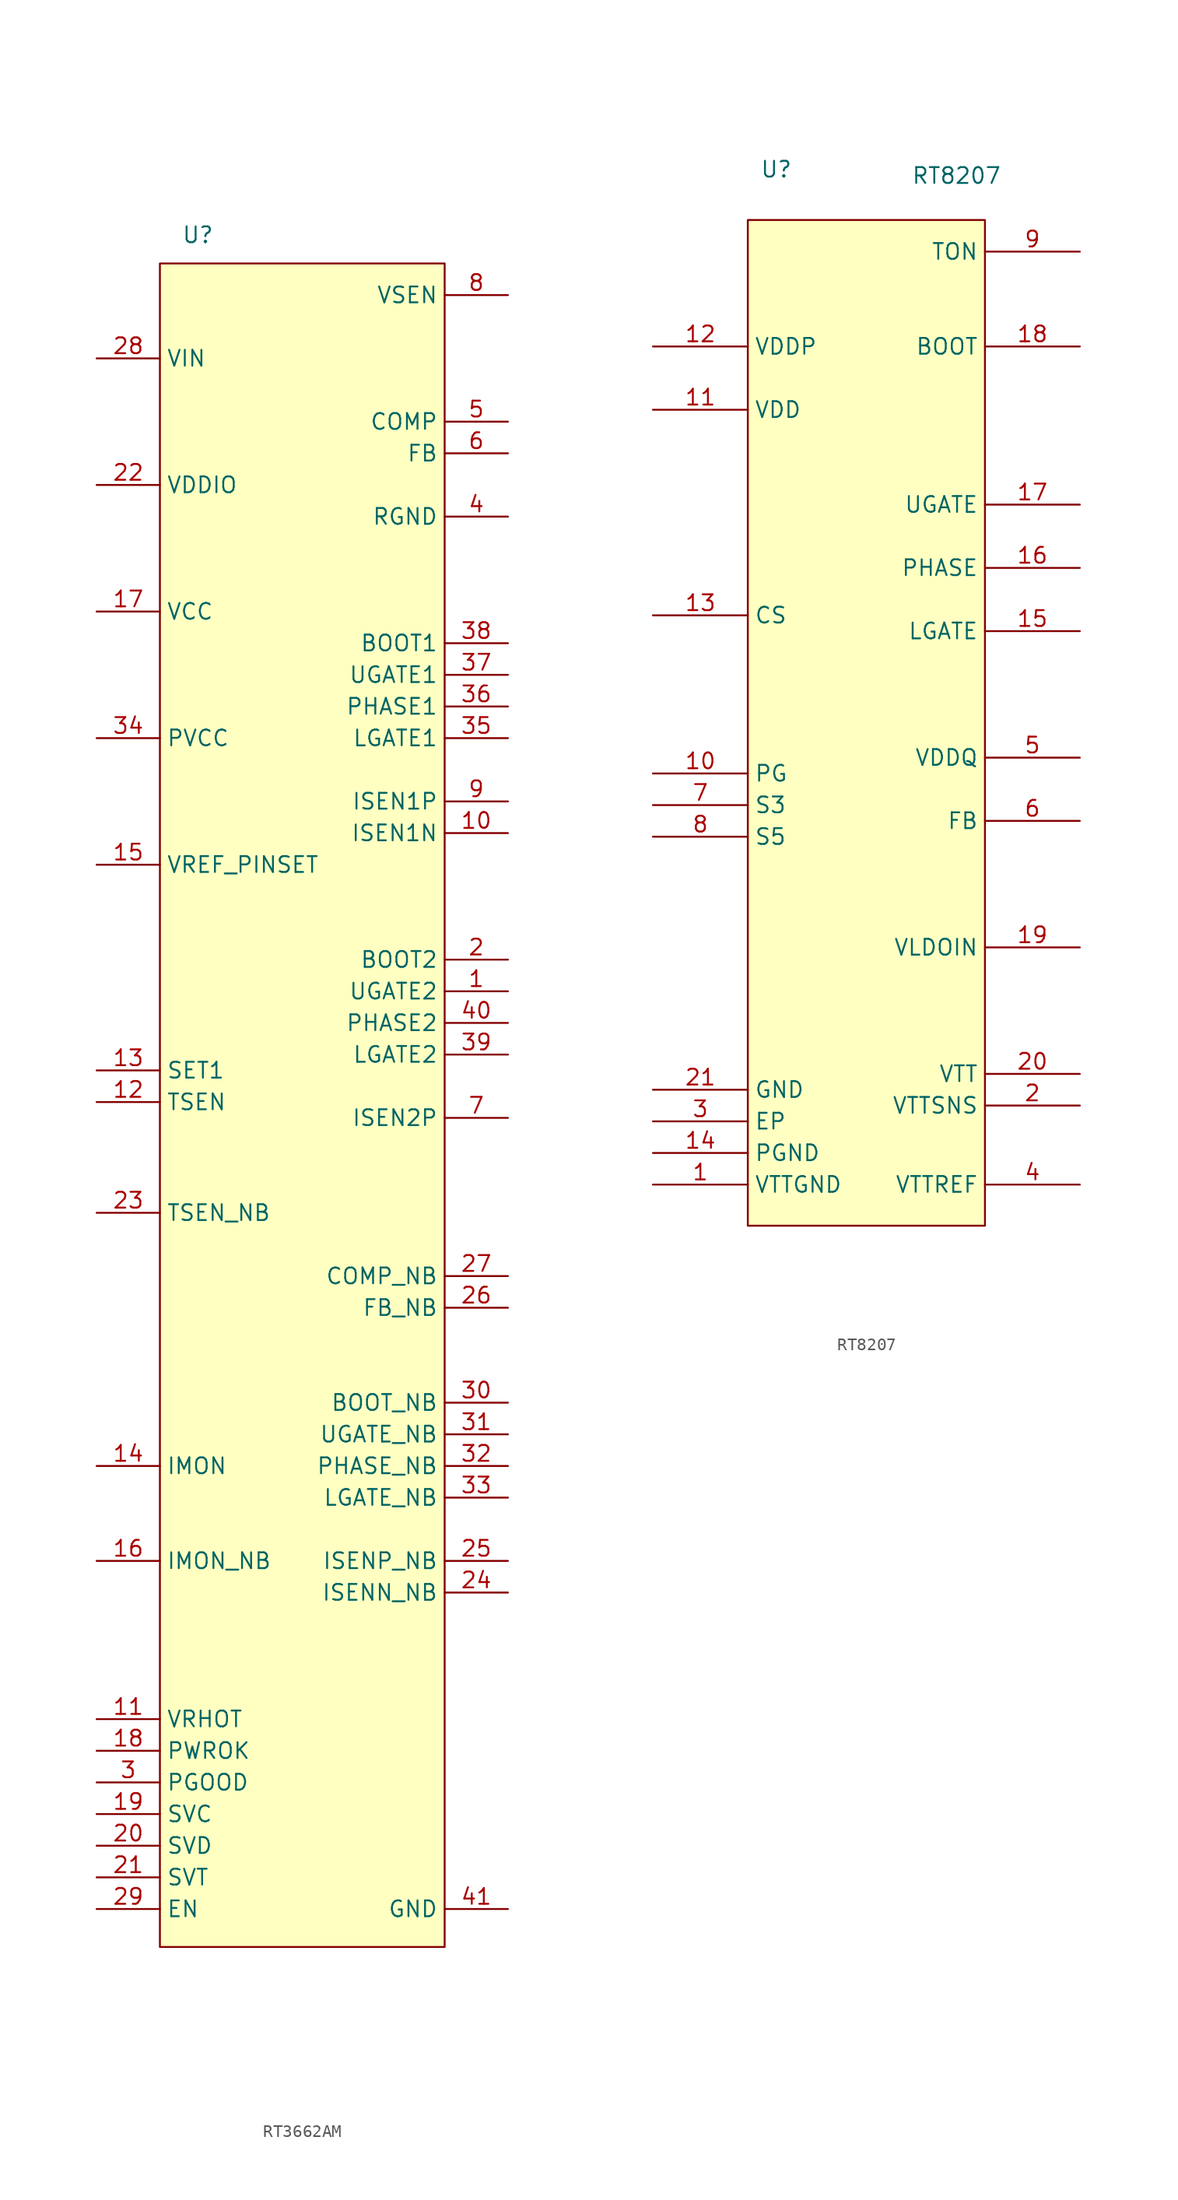
<source format=kicad_sym>
(kicad_symbol_lib
  (version 20241209)
  (generator "kicad_symbol_editor")
  (generator_version "9.0")
  (symbol "RT3662AM"
    (property "Reference" "U"
      (at -14.732 4.826 0)
      (effects (font (size 1.27 1.27))))
    (property "Value" ""
      (at 0 0 0)
      (effects (font (size 1.27 1.27))))
    (symbol "RT3662AM_1_1"
      (rectangle (start -17.78 2.54) (end 5.08 -132.588) (stroke (width 0) (type solid)) (fill (type background)))
      (pin passive line (at -22.86 -5.08 0) (length 5.08) (name "VIN" (effects (font (size 1.27 1.27)))) (number "28" (effects (font (size 1.27 1.27)))))
      (pin passive line (at -22.86 -15.24 0) (length 5.08) (name "VDDIO" (effects (font (size 1.27 1.27)))) (number "22" (effects (font (size 1.27 1.27)))))
      (pin passive line (at -22.86 -25.4 0) (length 5.08) (name "VCC" (effects (font (size 1.27 1.27)))) (number "17" (effects (font (size 1.27 1.27)))))
      (pin passive line (at -22.86 -35.56 0) (length 5.08) (name "PVCC" (effects (font (size 1.27 1.27)))) (number "34" (effects (font (size 1.27 1.27)))))
      (pin passive line (at -22.86 -45.72 0) (length 5.08) (name "VREF_PINSET" (effects (font (size 1.27 1.27)))) (number "15" (effects (font (size 1.27 1.27)))))
      (pin passive line (at -22.86 -62.23 0) (length 5.08) (name "SET1" (effects (font (size 1.27 1.27)))) (number "13" (effects (font (size 1.27 1.27)))))
      (pin passive line (at -22.86 -64.77 0) (length 5.08) (name "TSEN" (effects (font (size 1.27 1.27)))) (number "12" (effects (font (size 1.27 1.27)))))
      (pin passive line (at -22.86 -73.66 0) (length 5.08) (name "TSEN_NB" (effects (font (size 1.27 1.27)))) (number "23" (effects (font (size 1.27 1.27)))))
      (pin passive line (at -22.86 -93.98 0) (length 5.08) (name "IMON" (effects (font (size 1.27 1.27)))) (number "14" (effects (font (size 1.27 1.27)))))
      (pin passive line (at -22.86 -101.6 0) (length 5.08) (name "IMON_NB" (effects (font (size 1.27 1.27)))) (number "16" (effects (font (size 1.27 1.27)))))
      (pin passive line (at -22.86 -114.3 0) (length 5.08) (name "VRHOT" (effects (font (size 1.27 1.27)))) (number "11" (effects (font (size 1.27 1.27)))))
      (pin passive line (at -22.86 -116.84 0) (length 5.08) (name "PWROK" (effects (font (size 1.27 1.27)))) (number "18" (effects (font (size 1.27 1.27)))))
      (pin passive line (at -22.86 -119.38 0) (length 5.08) (name "PGOOD" (effects (font (size 1.27 1.27)))) (number "3" (effects (font (size 1.27 1.27)))))
      (pin passive line (at -22.86 -121.92 0) (length 5.08) (name "SVC" (effects (font (size 1.27 1.27)))) (number "19" (effects (font (size 1.27 1.27)))))
      (pin passive line (at -22.86 -124.46 0) (length 5.08) (name "SVD" (effects (font (size 1.27 1.27)))) (number "20" (effects (font (size 1.27 1.27)))))
      (pin passive line (at -22.86 -127 0) (length 5.08) (name "SVT" (effects (font (size 1.27 1.27)))) (number "21" (effects (font (size 1.27 1.27)))))
      (pin passive line (at -22.86 -129.54 0) (length 5.08) (name "EN" (effects (font (size 1.27 1.27)))) (number "29" (effects (font (size 1.27 1.27)))))
      (pin passive line (at 10.16 0 180) (length 5.08) (name "VSEN" (effects (font (size 1.27 1.27)))) (number "8" (effects (font (size 1.27 1.27)))))
      (pin passive line (at 10.16 -10.16 180) (length 5.08) (name "COMP" (effects (font (size 1.27 1.27)))) (number "5" (effects (font (size 1.27 1.27)))))
      (pin passive line (at 10.16 -12.7 180) (length 5.08) (name "FB" (effects (font (size 1.27 1.27)))) (number "6" (effects (font (size 1.27 1.27)))))
      (pin passive line (at 10.16 -17.78 180) (length 5.08) (name "RGND" (effects (font (size 1.27 1.27)))) (number "4" (effects (font (size 1.27 1.27)))))
      (pin passive line (at 10.16 -27.94 180) (length 5.08) (name "BOOT1" (effects (font (size 1.27 1.27)))) (number "38" (effects (font (size 1.27 1.27)))))
      (pin passive line (at 10.16 -30.48 180) (length 5.08) (name "UGATE1" (effects (font (size 1.27 1.27)))) (number "37" (effects (font (size 1.27 1.27)))))
      (pin passive line (at 10.16 -33.02 180) (length 5.08) (name "PHASE1" (effects (font (size 1.27 1.27)))) (number "36" (effects (font (size 1.27 1.27)))))
      (pin passive line (at 10.16 -35.56 180) (length 5.08) (name "LGATE1" (effects (font (size 1.27 1.27)))) (number "35" (effects (font (size 1.27 1.27)))))
      (pin passive line (at 10.16 -40.64 180) (length 5.08) (name "ISEN1P" (effects (font (size 1.27 1.27)))) (number "9" (effects (font (size 1.27 1.27)))))
      (pin passive line (at 10.16 -43.18 180) (length 5.08) (name "ISEN1N" (effects (font (size 1.27 1.27)))) (number "10" (effects (font (size 1.27 1.27)))))
      (pin passive line (at 10.16 -53.34 180) (length 5.08) (name "BOOT2" (effects (font (size 1.27 1.27)))) (number "2" (effects (font (size 1.27 1.27)))))
      (pin passive line (at 10.16 -55.88 180) (length 5.08) (name "UGATE2" (effects (font (size 1.27 1.27)))) (number "1" (effects (font (size 1.27 1.27)))))
      (pin passive line (at 10.16 -58.42 180) (length 5.08) (name "PHASE2" (effects (font (size 1.27 1.27)))) (number "40" (effects (font (size 1.27 1.27)))))
      (pin passive line (at 10.16 -60.96 180) (length 5.08) (name "LGATE2" (effects (font (size 1.27 1.27)))) (number "39" (effects (font (size 1.27 1.27)))))
      (pin passive line (at 10.16 -66.04 180) (length 5.08) (name "ISEN2P" (effects (font (size 1.27 1.27)))) (number "7" (effects (font (size 1.27 1.27)))))
      (pin passive line (at 10.16 -78.74 180) (length 5.08) (name "COMP_NB" (effects (font (size 1.27 1.27)))) (number "27" (effects (font (size 1.27 1.27)))))
      (pin passive line (at 10.16 -81.28 180) (length 5.08) (name "FB_NB" (effects (font (size 1.27 1.27)))) (number "26" (effects (font (size 1.27 1.27)))))
      (pin passive line (at 10.16 -88.9 180) (length 5.08) (name "BOOT_NB" (effects (font (size 1.27 1.27)))) (number "30" (effects (font (size 1.27 1.27)))))
      (pin passive line (at 10.16 -91.44 180) (length 5.08) (name "UGATE_NB" (effects (font (size 1.27 1.27)))) (number "31" (effects (font (size 1.27 1.27)))))
      (pin passive line (at 10.16 -93.98 180) (length 5.08) (name "PHASE_NB" (effects (font (size 1.27 1.27)))) (number "32" (effects (font (size 1.27 1.27)))))
      (pin passive line (at 10.16 -96.52 180) (length 5.08) (name "LGATE_NB" (effects (font (size 1.27 1.27)))) (number "33" (effects (font (size 1.27 1.27)))))
      (pin passive line (at 10.16 -101.6 180) (length 5.08) (name "ISENP_NB" (effects (font (size 1.27 1.27)))) (number "25" (effects (font (size 1.27 1.27)))))
      (pin passive line (at 10.16 -104.14 180) (length 5.08) (name "ISENN_NB" (effects (font (size 1.27 1.27)))) (number "24" (effects (font (size 1.27 1.27)))))
      (pin passive line (at 10.16 -129.54 180) (length 5.08) (name "GND" (effects (font (size 1.27 1.27)))) (number "41" (effects (font (size 1.27 1.27)))))))
  (symbol "RT8207"
    (property "Reference" "U"
      (at -4.064 6.604 0)
      (effects (font (size 1.27 1.27))))
    (property "Value" "RT8207"
      (at 10.414 6.096 0)
      (effects (font (size 1.27 1.27))))
    (symbol "RT8207_1_1"
      (rectangle (start -6.35 2.54) (end 12.7 -78.232) (stroke (width 0) (type solid)) (fill (type background)))
      (pin passive line (at -13.97 -7.62 0) (length 7.62) (name "VDDP" (effects (font (size 1.27 1.27)))) (number "12" (effects (font (size 1.27 1.27)))))
      (pin passive line (at -13.97 -12.7 0) (length 7.62) (name "VDD" (effects (font (size 1.27 1.27)))) (number "11" (effects (font (size 1.27 1.27)))))
      (pin passive line (at -13.97 -29.21 0) (length 7.62) (name "CS" (effects (font (size 1.27 1.27)))) (number "13" (effects (font (size 1.27 1.27)))))
      (pin passive line (at -13.97 -41.91 0) (length 7.62) (name "PG" (effects (font (size 1.27 1.27)))) (number "10" (effects (font (size 1.27 1.27)))))
      (pin passive line (at -13.97 -44.45 0) (length 7.62) (name "S3" (effects (font (size 1.27 1.27)))) (number "7" (effects (font (size 1.27 1.27)))))
      (pin passive line (at -13.97 -46.99 0) (length 7.62) (name "S5" (effects (font (size 1.27 1.27)))) (number "8" (effects (font (size 1.27 1.27)))))
      (pin passive line (at -13.97 -67.31 0) (length 7.62) (name "GND" (effects (font (size 1.27 1.27)))) (number "21" (effects (font (size 1.27 1.27)))))
      (pin passive line (at -13.97 -69.85 0) (length 7.62) (name "EP" (effects (font (size 1.27 1.27)))) (number "3" (effects (font (size 1.27 1.27)))))
      (pin passive line (at -13.97 -72.39 0) (length 7.62) (name "PGND" (effects (font (size 1.27 1.27)))) (number "14" (effects (font (size 1.27 1.27)))))
      (pin passive line (at -13.97 -74.93 0) (length 7.62) (name "VTTGND" (effects (font (size 1.27 1.27)))) (number "1" (effects (font (size 1.27 1.27)))))
      (pin passive line (at 20.32 0 180) (length 7.62) (name "TON" (effects (font (size 1.27 1.27)))) (number "9" (effects (font (size 1.27 1.27)))))
      (pin passive line (at 20.32 -7.62 180) (length 7.62) (name "BOOT" (effects (font (size 1.27 1.27)))) (number "18" (effects (font (size 1.27 1.27)))))
      (pin passive line (at 20.32 -20.32 180) (length 7.62) (name "UGATE" (effects (font (size 1.27 1.27)))) (number "17" (effects (font (size 1.27 1.27)))))
      (pin passive line (at 20.32 -25.4 180) (length 7.62) (name "PHASE" (effects (font (size 1.27 1.27)))) (number "16" (effects (font (size 1.27 1.27)))))
      (pin passive line (at 20.32 -30.48 180) (length 7.62) (name "LGATE" (effects (font (size 1.27 1.27)))) (number "15" (effects (font (size 1.27 1.27)))))
      (pin passive line (at 20.32 -40.64 180) (length 7.62) (name "VDDQ" (effects (font (size 1.27 1.27)))) (number "5" (effects (font (size 1.27 1.27)))))
      (pin passive line (at 20.32 -45.72 180) (length 7.62) (name "FB" (effects (font (size 1.27 1.27)))) (number "6" (effects (font (size 1.27 1.27)))))
      (pin passive line (at 20.32 -55.88 180) (length 7.62) (name "VLDOIN" (effects (font (size 1.27 1.27)))) (number "19" (effects (font (size 1.27 1.27)))))
      (pin passive line (at 20.32 -66.04 180) (length 7.62) (name "VTT" (effects (font (size 1.27 1.27)))) (number "20" (effects (font (size 1.27 1.27)))))
      (pin passive line (at 20.32 -68.58 180) (length 7.62) (name "VTTSNS" (effects (font (size 1.27 1.27)))) (number "2" (effects (font (size 1.27 1.27)))))
      (pin passive line (at 20.32 -74.93 180) (length 7.62) (name "VTTREF" (effects (font (size 1.27 1.27)))) (number "4" (effects (font (size 1.27 1.27))))))))
</source>
